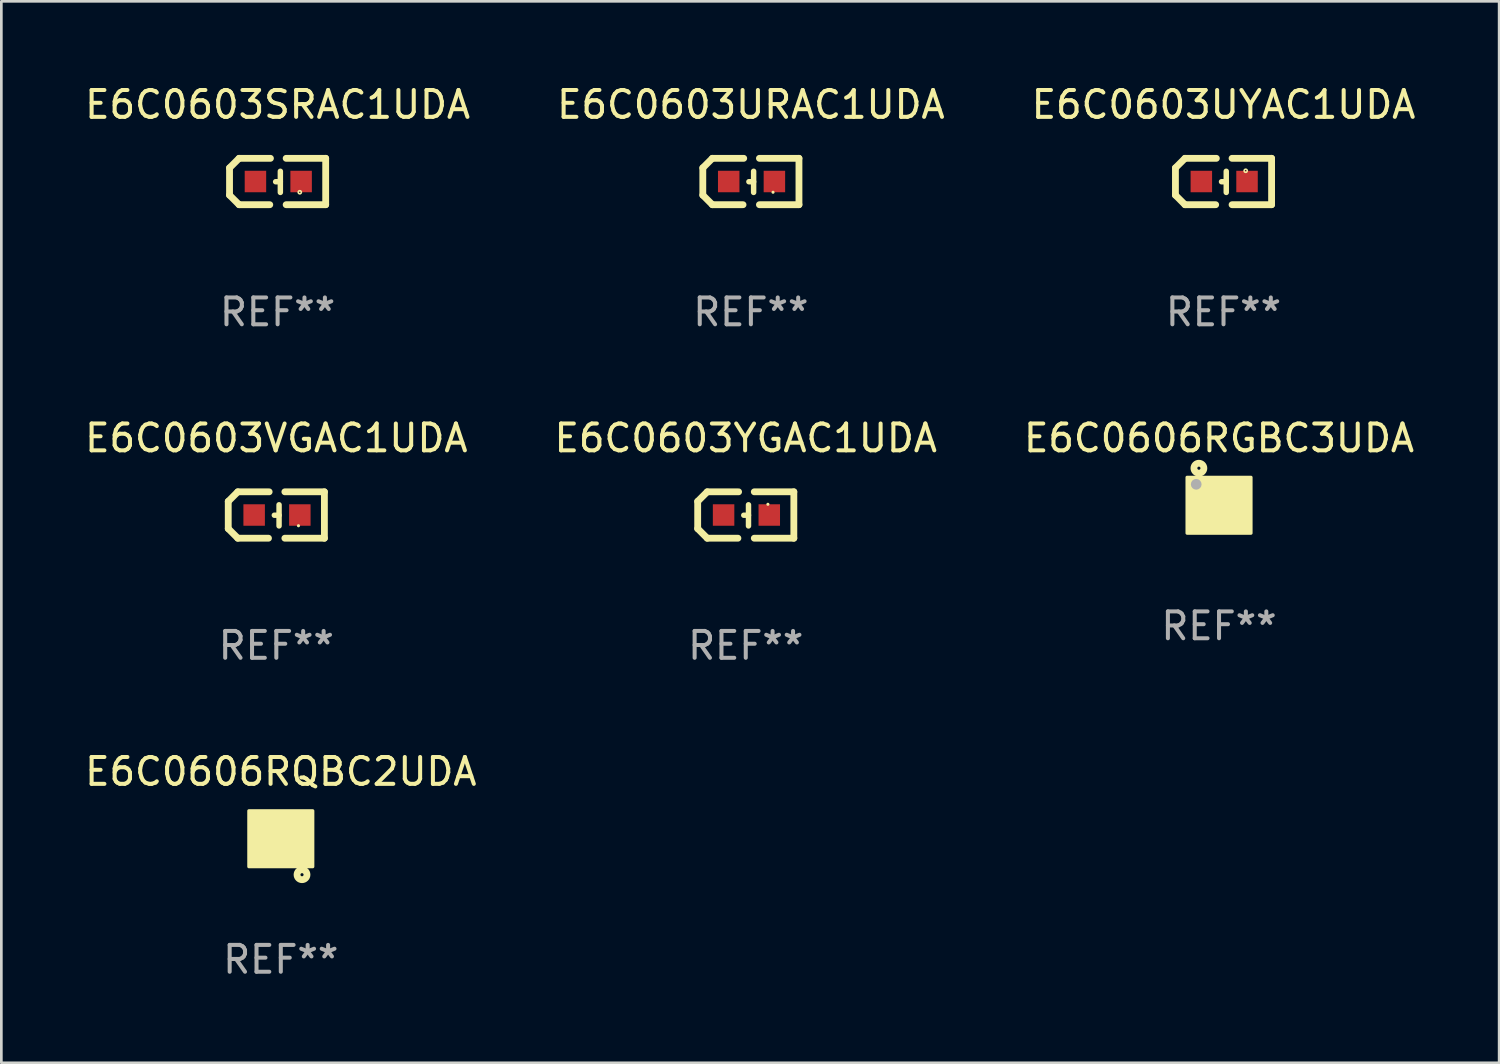
<source format=kicad_pcb>
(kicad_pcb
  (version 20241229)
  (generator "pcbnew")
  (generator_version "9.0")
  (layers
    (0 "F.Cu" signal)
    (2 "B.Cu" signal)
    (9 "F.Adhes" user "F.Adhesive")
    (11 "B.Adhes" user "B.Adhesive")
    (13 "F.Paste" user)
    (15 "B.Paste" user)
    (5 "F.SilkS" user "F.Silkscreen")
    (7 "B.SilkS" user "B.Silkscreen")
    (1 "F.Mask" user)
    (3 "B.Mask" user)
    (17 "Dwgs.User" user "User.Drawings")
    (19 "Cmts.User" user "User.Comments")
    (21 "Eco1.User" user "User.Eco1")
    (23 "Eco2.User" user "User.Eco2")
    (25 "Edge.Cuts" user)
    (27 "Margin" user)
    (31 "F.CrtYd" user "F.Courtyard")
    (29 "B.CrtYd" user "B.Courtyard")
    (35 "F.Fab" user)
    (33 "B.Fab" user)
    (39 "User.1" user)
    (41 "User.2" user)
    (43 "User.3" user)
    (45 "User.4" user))
  (footprint "E6C0606RQBC2UDA"
    (layer "F.Cu")
    (at 7.411 28.196)
    (property "Reference" "E6C0606RQBC2UDA" (at 0 -2.5 0) (layer "F.SilkS") (effects (font (size 1 1) (thickness 0.15))))
    (attr through_hole)
    (fp_line (start -0.127 0) (end 0.127 0.254) (stroke (width 0.254) (type solid)) (layer "F.SilkS"))
    (fp_line (start 0.127 -0.254) (end -0.127 0) (stroke (width 0.254) (type solid)) (layer "F.SilkS"))
    (fp_line (start 0.127 0.254) (end 0.127 -0.254) (stroke (width 0.254) (type solid)) (layer "F.SilkS"))
    (fp_circle (center 0.79 1.34) (end 0.848 1.34) (stroke (width 0.254) (type solid)) (fill no) (layer "F.SilkS"))
    (fp_circle (center 0.8 0.8) (end 0.83 0.8) (stroke (width 0.06) (type solid)) (fill no) (layer "F.SilkS"))
    (fp_poly (pts (xy -1.19 -1.04) (xy 1.19 -1.04) (xy 1.19 1.04) (xy -1.19 1.04)) (stroke (width 0.12) (type solid)) (fill yes) (layer "F.SilkS"))
    (fp_text user "REF**" (at 0 4.5 0) (layer "F.Fab") (effects (font (size 1 1) (thickness 0.15))))
    (pad "1" smd rect (at 0.7 0.5 180) (size 0.6 0.7) (layers "F.Cu" "F.Mask" "F.Paste"))
    (pad "2" smd rect (at -0.7 0.5 180) (size 0.6 0.7) (layers "F.Cu" "F.Mask" "F.Paste"))
    (pad "3" smd rect (at 0.7 -0.5 180) (size 0.6 0.7) (layers "F.Cu" "F.Mask" "F.Paste"))
    (pad "4" smd rect (at -0.7 -0.5 180) (size 0.6 0.7) (layers "F.Cu" "F.Mask" "F.Paste")))
  (footprint "E6C0603UYAC1UDA"
    (layer "F.Cu")
    (at 42.53 3.712)
    (property "Reference" "E6C0603UYAC1UDA" (at 0 -2.864 0) (layer "F.SilkS") (effects (font (size 1 1) (thickness 0.15))))
    (attr through_hole)
    (fp_line (start -1.791 -0.508) (end -1.435 -0.864) (stroke (width 0.254) (type solid)) (layer "F.SilkS"))
    (fp_line (start -1.791 0.508) (end -1.791 -0.508) (stroke (width 0.254) (type solid)) (layer "F.SilkS"))
    (fp_line (start -1.435 0.864) (end -1.791 0.508) (stroke (width 0.254) (type solid)) (layer "F.SilkS"))
    (fp_line (start -0.292 0.864) (end -1.435 0.864) (stroke (width 0.254) (type solid)) (layer "F.SilkS"))
    (fp_line (start -0.267 -0.864) (end -1.435 -0.864) (stroke (width 0.254) (type solid)) (layer "F.SilkS"))
    (fp_line (start 0.102 0.008) (end -0.074 0.008) (stroke (width 0.203) (type solid)) (layer "F.SilkS"))
    (fp_line (start 0.102 0.406) (end 0.102 -0.381) (stroke (width 0.203) (type solid)) (layer "F.SilkS"))
    (fp_line (start 1.791 -0.864) (end 0.318 -0.864) (stroke (width 0.254) (type solid)) (layer "F.SilkS"))
    (fp_line (start 1.791 0.864) (end 0.318 0.864) (stroke (width 0.254) (type solid)) (layer "F.SilkS"))
    (fp_line (start 1.791 0.864) (end 1.791 -0.864) (stroke (width 0.254) (type solid)) (layer "F.SilkS"))
    (fp_circle (center 0.826 -0.4) (end 0.855 -0.4) (stroke (width 0.06) (type solid)) (fill no) (layer "F.SilkS"))
    (fp_text user "REF**" (at 0 4.864 0) (layer "F.Fab") (effects (font (size 1 1) (thickness 0.15))))
    (pad "1" smd rect (at 0.876 0.000127 90) (size 0.8 0.8) (layers "F.Cu" "F.Mask" "F.Paste"))
    (pad "2" smd rect (at -0.826 0.000127 90) (size 0.8 0.8) (layers "F.Cu" "F.Mask" "F.Paste")))
  (footprint "E6C0603URAC1UDA"
    (layer "F.Cu")
    (at 24.923 3.712)
    (property "Reference" "E6C0603URAC1UDA" (at 0 -2.864 0) (layer "F.SilkS") (effects (font (size 1 1) (thickness 0.15))))
    (attr through_hole)
    (fp_line (start -1.791 -0.508) (end -1.435 -0.864) (stroke (width 0.254) (type solid)) (layer "F.SilkS"))
    (fp_line (start -1.791 0.508) (end -1.791 -0.508) (stroke (width 0.254) (type solid)) (layer "F.SilkS"))
    (fp_line (start -1.435 0.864) (end -1.791 0.508) (stroke (width 0.254) (type solid)) (layer "F.SilkS"))
    (fp_line (start -0.292 0.864) (end -1.435 0.864) (stroke (width 0.254) (type solid)) (layer "F.SilkS"))
    (fp_line (start -0.267 -0.864) (end -1.435 -0.864) (stroke (width 0.254) (type solid)) (layer "F.SilkS"))
    (fp_line (start 0.102 0.008) (end -0.074 0.008) (stroke (width 0.203) (type solid)) (layer "F.SilkS"))
    (fp_line (start 0.102 0.406) (end 0.102 -0.381) (stroke (width 0.203) (type solid)) (layer "F.SilkS"))
    (fp_line (start 1.791 -0.864) (end 0.318 -0.864) (stroke (width 0.254) (type solid)) (layer "F.SilkS"))
    (fp_line (start 1.791 0.864) (end 0.318 0.864) (stroke (width 0.254) (type solid)) (layer "F.SilkS"))
    (fp_line (start 1.791 0.864) (end 1.791 -0.864) (stroke (width 0.254) (type solid)) (layer "F.SilkS"))
    (fp_circle (center 0.825 0.4) (end 0.855 0.4) (stroke (width 0.06) (type solid)) (fill no) (layer "F.SilkS"))
    (fp_text user "REF**" (at 0 4.864 0) (layer "F.Fab") (effects (font (size 1 1) (thickness 0.15))))
    (pad "1" smd rect (at 0.876 0 90) (size 0.8 0.8) (layers "F.Cu" "F.Mask" "F.Paste"))
    (pad "2" smd rect (at -0.826 0 90) (size 0.8 0.8) (layers "F.Cu" "F.Mask" "F.Paste")))
  (footprint "E6C0603YGAC1UDA"
    (layer "F.Cu")
    (at 24.732 16.136)
    (property "Reference" "E6C0603YGAC1UDA" (at 0 -2.864 0) (layer "F.SilkS") (effects (font (size 1 1) (thickness 0.15))))
    (attr through_hole)
    (fp_line (start -1.791 -0.508) (end -1.435 -0.864) (stroke (width 0.254) (type solid)) (layer "F.SilkS"))
    (fp_line (start -1.791 0.508) (end -1.791 -0.508) (stroke (width 0.254) (type solid)) (layer "F.SilkS"))
    (fp_line (start -1.435 0.864) (end -1.791 0.508) (stroke (width 0.254) (type solid)) (layer "F.SilkS"))
    (fp_line (start -0.292 0.864) (end -1.435 0.864) (stroke (width 0.254) (type solid)) (layer "F.SilkS"))
    (fp_line (start -0.267 -0.864) (end -1.435 -0.864) (stroke (width 0.254) (type solid)) (layer "F.SilkS"))
    (fp_line (start 0.102 0.008) (end -0.074 0.008) (stroke (width 0.203) (type solid)) (layer "F.SilkS"))
    (fp_line (start 0.102 0.406) (end 0.102 -0.381) (stroke (width 0.203) (type solid)) (layer "F.SilkS"))
    (fp_line (start 1.791 -0.864) (end 0.318 -0.864) (stroke (width 0.254) (type solid)) (layer "F.SilkS"))
    (fp_line (start 1.791 0.864) (end 0.318 0.864) (stroke (width 0.254) (type solid)) (layer "F.SilkS"))
    (fp_line (start 1.791 0.864) (end 1.791 -0.864) (stroke (width 0.254) (type solid)) (layer "F.SilkS"))
    (fp_circle (center 0.825 -0.4) (end 0.855 -0.4) (stroke (width 0.06) (type solid)) (fill no) (layer "F.SilkS"))
    (fp_text user "REF**" (at 0 4.864 0) (layer "F.Fab") (effects (font (size 1 1) (thickness 0.15))))
    (pad "1" smd rect (at 0.876 0 90) (size 0.8 0.8) (layers "F.Cu" "F.Mask" "F.Paste"))
    (pad "2" smd rect (at -0.826 0 90) (size 0.8 0.8) (layers "F.Cu" "F.Mask" "F.Paste")))
  (footprint "E6C0603VGAC1UDA"
    (layer "F.Cu")
    (at 7.244 16.136)
    (property "Reference" "E6C0603VGAC1UDA" (at 0 -2.864 0) (layer "F.SilkS") (effects (font (size 1 1) (thickness 0.15))))
    (attr through_hole)
    (fp_line (start -1.791 -0.508) (end -1.435 -0.864) (stroke (width 0.254) (type solid)) (layer "F.SilkS"))
    (fp_line (start -1.791 0.508) (end -1.791 -0.508) (stroke (width 0.254) (type solid)) (layer "F.SilkS"))
    (fp_line (start -1.435 0.864) (end -1.791 0.508) (stroke (width 0.254) (type solid)) (layer "F.SilkS"))
    (fp_line (start -0.292 0.864) (end -1.435 0.864) (stroke (width 0.254) (type solid)) (layer "F.SilkS"))
    (fp_line (start -0.267 -0.864) (end -1.435 -0.864) (stroke (width 0.254) (type solid)) (layer "F.SilkS"))
    (fp_line (start 0.102 0.008) (end -0.074 0.008) (stroke (width 0.203) (type solid)) (layer "F.SilkS"))
    (fp_line (start 0.102 0.406) (end 0.102 -0.381) (stroke (width 0.203) (type solid)) (layer "F.SilkS"))
    (fp_line (start 1.791 -0.864) (end 0.318 -0.864) (stroke (width 0.254) (type solid)) (layer "F.SilkS"))
    (fp_line (start 1.791 0.864) (end 0.318 0.864) (stroke (width 0.254) (type solid)) (layer "F.SilkS"))
    (fp_line (start 1.791 0.864) (end 1.791 -0.864) (stroke (width 0.254) (type solid)) (layer "F.SilkS"))
    (fp_circle (center 0.825 0.4) (end 0.855 0.4) (stroke (width 0.06) (type solid)) (fill no) (layer "F.SilkS"))
    (fp_text user "REF**" (at 0 4.864 0) (layer "F.Fab") (effects (font (size 1 1) (thickness 0.15))))
    (pad "1" smd rect (at 0.876 0 90) (size 0.8 0.8) (layers "F.Cu" "F.Mask" "F.Paste"))
    (pad "2" smd rect (at -0.826 0 90) (size 0.8 0.8) (layers "F.Cu" "F.Mask" "F.Paste")))
  (footprint "E6C0606RGBC3UDA"
    (layer "F.Cu")
    (at 42.363 15.772)
    (property "Reference" "E6C0606RGBC3UDA" (at 0 -2.5 0) (layer "F.SilkS") (effects (font (size 1 1) (thickness 0.15))))
    (attr through_hole)
    (fp_line (start -0.127 -0.254) (end -0.127 0.254) (stroke (width 0.254) (type solid)) (layer "F.SilkS"))
    (fp_line (start -0.127 0.254) (end 0.127 0) (stroke (width 0.254) (type solid)) (layer "F.SilkS"))
    (fp_line (start 0.127 0) (end -0.127 -0.254) (stroke (width 0.254) (type solid)) (layer "F.SilkS"))
    (fp_circle (center -0.8 -0.8) (end -0.77 -0.8) (stroke (width 0.06) (type solid)) (fill no) (layer "F.SilkS"))
    (fp_circle (center -0.75 -1.38) (end -0.692 -1.38) (stroke (width 0.254) (type solid)) (fill no) (layer "F.SilkS"))
    (fp_poly (pts (xy -1.19 -1.04) (xy 1.19 -1.04) (xy 1.19 1.04) (xy -1.19 1.04)) (stroke (width 0.12) (type solid)) (fill yes) (layer "F.SilkS"))
    (fp_circle (center -0.85 -0.78) (end -0.75 -0.78) (stroke (width 0.2) (type solid)) (fill no) (layer "F.Fab"))
    (fp_text user "REF**" (at 0 4.5 0) (layer "F.Fab") (effects (font (size 1 1) (thickness 0.15))))
    (pad "1" smd rect (at -0.7 -0.5) (size 0.6 0.7) (layers "F.Cu" "F.Mask" "F.Paste"))
    (pad "2" smd rect (at 0.7 -0.5) (size 0.6 0.7) (layers "F.Cu" "F.Mask" "F.Paste"))
    (pad "3" smd rect (at -0.7 0.5) (size 0.6 0.7) (layers "F.Cu" "F.Mask" "F.Paste"))
    (pad "4" smd rect (at 0.7 0.5) (size 0.6 0.7) (layers "F.Cu" "F.Mask" "F.Paste")))
  (footprint "E6C0603SRAC1UDA"
    (layer "F.Cu")
    (at 7.292 3.712)
    (property "Reference" "E6C0603SRAC1UDA" (at 0 -2.864 0) (layer "F.SilkS") (effects (font (size 1 1) (thickness 0.15))))
    (attr through_hole)
    (fp_line (start -1.791 -0.508) (end -1.435 -0.864) (stroke (width 0.254) (type solid)) (layer "F.SilkS"))
    (fp_line (start -1.791 0.508) (end -1.791 -0.508) (stroke (width 0.254) (type solid)) (layer "F.SilkS"))
    (fp_line (start -1.435 0.864) (end -1.791 0.508) (stroke (width 0.254) (type solid)) (layer "F.SilkS"))
    (fp_line (start -0.292 0.864) (end -1.435 0.864) (stroke (width 0.254) (type solid)) (layer "F.SilkS"))
    (fp_line (start -0.267 -0.864) (end -1.435 -0.864) (stroke (width 0.254) (type solid)) (layer "F.SilkS"))
    (fp_line (start 0.102 0.008) (end -0.074 0.008) (stroke (width 0.203) (type solid)) (layer "F.SilkS"))
    (fp_line (start 0.102 0.406) (end 0.102 -0.381) (stroke (width 0.203) (type solid)) (layer "F.SilkS"))
    (fp_line (start 1.791 -0.864) (end 0.318 -0.864) (stroke (width 0.254) (type solid)) (layer "F.SilkS"))
    (fp_line (start 1.791 0.864) (end 0.318 0.864) (stroke (width 0.254) (type solid)) (layer "F.SilkS"))
    (fp_line (start 1.791 0.864) (end 1.791 -0.864) (stroke (width 0.254) (type solid)) (layer "F.SilkS"))
    (fp_circle (center 0.826 0.4) (end 0.855 0.4) (stroke (width 0.06) (type solid)) (fill no) (layer "F.SilkS"))
    (fp_text user "REF**" (at 0 4.864 0) (layer "F.Fab") (effects (font (size 1 1) (thickness 0.15))))
    (pad "1" smd rect (at 0.876 0 90) (size 0.8 0.8) (layers "F.Cu" "F.Mask" "F.Paste"))
    (pad "2" smd rect (at -0.826 0 90) (size 0.8 0.8) (layers "F.Cu" "F.Mask" "F.Paste")))
  (gr_rect
    (start -3 -3)
    (end 52.798 36.544)
    (stroke (width 0.1) (type default))
    (fill no)
    (layer "Edge.Cuts")))
</source>
